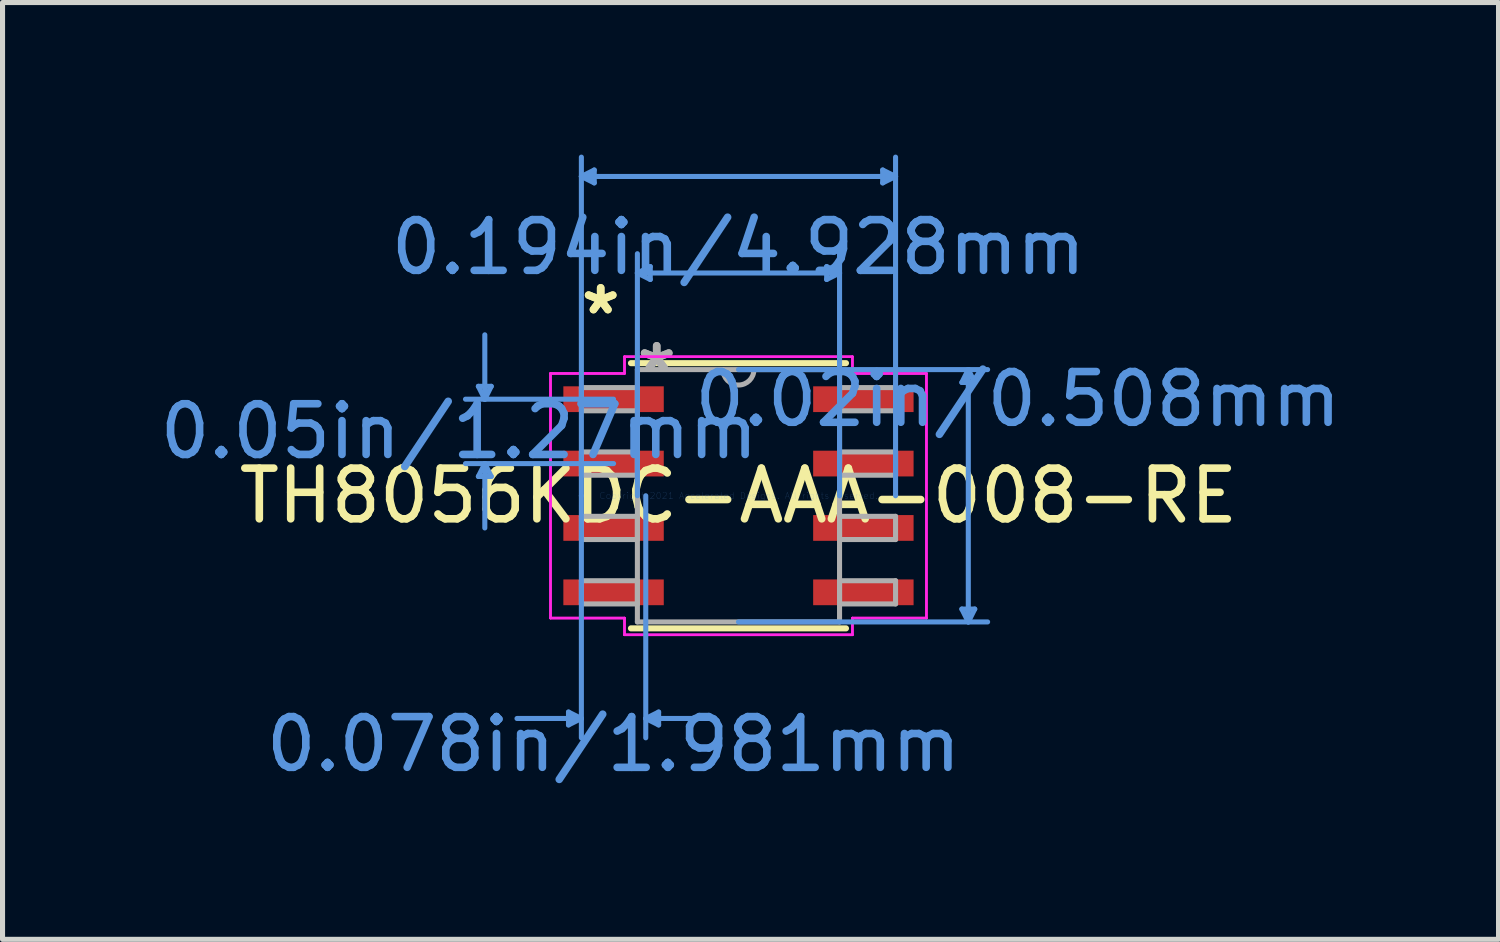
<source format=kicad_pcb>
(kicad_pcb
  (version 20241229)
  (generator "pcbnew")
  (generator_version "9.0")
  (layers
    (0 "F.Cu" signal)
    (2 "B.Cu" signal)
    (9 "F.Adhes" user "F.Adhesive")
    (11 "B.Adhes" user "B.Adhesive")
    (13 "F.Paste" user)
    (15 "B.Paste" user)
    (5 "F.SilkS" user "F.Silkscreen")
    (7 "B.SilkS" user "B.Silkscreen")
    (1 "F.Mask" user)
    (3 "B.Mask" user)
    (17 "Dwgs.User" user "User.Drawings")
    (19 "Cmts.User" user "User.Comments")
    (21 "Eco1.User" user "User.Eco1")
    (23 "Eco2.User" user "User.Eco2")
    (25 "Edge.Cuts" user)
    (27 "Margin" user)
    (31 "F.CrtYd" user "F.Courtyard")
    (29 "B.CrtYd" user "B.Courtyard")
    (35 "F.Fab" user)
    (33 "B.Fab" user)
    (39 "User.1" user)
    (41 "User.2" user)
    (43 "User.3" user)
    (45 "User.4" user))
  (footprint "TH8056KDC-AAA-008-RE"
    (layer "F.Cu")
    (at 11.518 6.73)
    (property "Reference" "TH8056KDC-AAA-008-RE" (at 0 0 0) (layer "F.SilkS") (effects (font (size 1 1) (thickness 0.15))))
    (attr through_hole)
    (fp_line (start -2.121 2.616) (end 2.121 2.616) (stroke (width 0.12) (type solid)) (layer "F.SilkS"))
    (fp_line (start 2.121 -2.616) (end -2.121 -2.616) (stroke (width 0.12) (type solid)) (layer "F.SilkS"))
    (fp_line (start -5.131 -2.159) (end -4.877 -2.159) (stroke (width 0.1) (type solid)) (layer "Cmts.User"))
    (fp_line (start -5.131 -0.381) (end -4.877 -0.381) (stroke (width 0.1) (type solid)) (layer "Cmts.User"))
    (fp_line (start -5.004 -1.905) (end -5.131 -2.159) (stroke (width 0.1) (type solid)) (layer "Cmts.User"))
    (fp_line (start -5.004 -1.905) (end -5.004 -3.175) (stroke (width 0.1) (type solid)) (layer "Cmts.User"))
    (fp_line (start -5.004 -1.905) (end -4.877 -2.159) (stroke (width 0.1) (type solid)) (layer "Cmts.User"))
    (fp_line (start -5.004 -0.635) (end -5.131 -0.381) (stroke (width 0.1) (type solid)) (layer "Cmts.User"))
    (fp_line (start -5.004 -0.635) (end -5.004 0.635) (stroke (width 0.1) (type solid)) (layer "Cmts.User"))
    (fp_line (start -5.004 -0.635) (end -4.877 -0.381) (stroke (width 0.1) (type solid)) (layer "Cmts.User"))
    (fp_line (start -3.353 4.267) (end -3.353 4.521) (stroke (width 0.1) (type solid)) (layer "Cmts.User"))
    (fp_line (start -3.099 -6.299) (end -2.845 -6.426) (stroke (width 0.1) (type solid)) (layer "Cmts.User"))
    (fp_line (start -3.099 -6.299) (end -2.845 -6.172) (stroke (width 0.1) (type solid)) (layer "Cmts.User"))
    (fp_line (start -3.099 -6.299) (end 3.099 -6.299) (stroke (width 0.1) (type solid)) (layer "Cmts.User"))
    (fp_line (start -3.099 0) (end -3.099 -6.68) (stroke (width 0.1) (type solid)) (layer "Cmts.User"))
    (fp_line (start -3.099 0) (end -3.099 4.775) (stroke (width 0.1) (type solid)) (layer "Cmts.User"))
    (fp_line (start -3.099 4.394) (end -4.369 4.394) (stroke (width 0.1) (type solid)) (layer "Cmts.User"))
    (fp_line (start -3.099 4.394) (end -3.353 4.267) (stroke (width 0.1) (type solid)) (layer "Cmts.User"))
    (fp_line (start -3.099 4.394) (end -3.353 4.521) (stroke (width 0.1) (type solid)) (layer "Cmts.User"))
    (fp_line (start -2.845 -6.426) (end -2.845 -6.172) (stroke (width 0.1) (type solid)) (layer "Cmts.User"))
    (fp_line (start -2.464 -1.905) (end -5.385 -1.905) (stroke (width 0.1) (type solid)) (layer "Cmts.User"))
    (fp_line (start -2.464 -0.635) (end -5.385 -0.635) (stroke (width 0.1) (type solid)) (layer "Cmts.User"))
    (fp_line (start -1.994 -4.394) (end -1.74 -4.521) (stroke (width 0.1) (type solid)) (layer "Cmts.User"))
    (fp_line (start -1.994 -4.394) (end -1.74 -4.267) (stroke (width 0.1) (type solid)) (layer "Cmts.User"))
    (fp_line (start -1.994 -4.394) (end 1.994 -4.394) (stroke (width 0.1) (type solid)) (layer "Cmts.User"))
    (fp_line (start -1.994 0) (end -1.994 -4.775) (stroke (width 0.1) (type solid)) (layer "Cmts.User"))
    (fp_line (start -1.829 0) (end -1.829 4.775) (stroke (width 0.1) (type solid)) (layer "Cmts.User"))
    (fp_line (start -1.829 4.394) (end -1.575 4.267) (stroke (width 0.1) (type solid)) (layer "Cmts.User"))
    (fp_line (start -1.829 4.394) (end -1.575 4.521) (stroke (width 0.1) (type solid)) (layer "Cmts.User"))
    (fp_line (start -1.829 4.394) (end -0.559 4.394) (stroke (width 0.1) (type solid)) (layer "Cmts.User"))
    (fp_line (start -1.74 -4.521) (end -1.74 -4.267) (stroke (width 0.1) (type solid)) (layer "Cmts.User"))
    (fp_line (start -1.575 4.267) (end -1.575 4.521) (stroke (width 0.1) (type solid)) (layer "Cmts.User"))
    (fp_line (start 0 -2.489) (end 4.915 -2.489) (stroke (width 0.1) (type solid)) (layer "Cmts.User"))
    (fp_line (start 0 2.489) (end 4.915 2.489) (stroke (width 0.1) (type solid)) (layer "Cmts.User"))
    (fp_line (start 1.74 -4.521) (end 1.74 -4.267) (stroke (width 0.1) (type solid)) (layer "Cmts.User"))
    (fp_line (start 1.994 -4.394) (end 1.74 -4.521) (stroke (width 0.1) (type solid)) (layer "Cmts.User"))
    (fp_line (start 1.994 -4.394) (end 1.74 -4.267) (stroke (width 0.1) (type solid)) (layer "Cmts.User"))
    (fp_line (start 1.994 0) (end 1.994 -4.775) (stroke (width 0.1) (type solid)) (layer "Cmts.User"))
    (fp_line (start 2.845 -6.426) (end 2.845 -6.172) (stroke (width 0.1) (type solid)) (layer "Cmts.User"))
    (fp_line (start 3.099 -6.299) (end 2.845 -6.426) (stroke (width 0.1) (type solid)) (layer "Cmts.User"))
    (fp_line (start 3.099 -6.299) (end 2.845 -6.172) (stroke (width 0.1) (type solid)) (layer "Cmts.User"))
    (fp_line (start 3.099 0) (end 3.099 -6.68) (stroke (width 0.1) (type solid)) (layer "Cmts.User"))
    (fp_line (start 4.407 -2.235) (end 4.661 -2.235) (stroke (width 0.1) (type solid)) (layer "Cmts.User"))
    (fp_line (start 4.407 2.235) (end 4.661 2.235) (stroke (width 0.1) (type solid)) (layer "Cmts.User"))
    (fp_line (start 4.534 -2.489) (end 4.407 -2.235) (stroke (width 0.1) (type solid)) (layer "Cmts.User"))
    (fp_line (start 4.534 -2.489) (end 4.534 2.489) (stroke (width 0.1) (type solid)) (layer "Cmts.User"))
    (fp_line (start 4.534 -2.489) (end 4.661 -2.235) (stroke (width 0.1) (type solid)) (layer "Cmts.User"))
    (fp_line (start 4.534 2.489) (end 4.407 2.235) (stroke (width 0.1) (type solid)) (layer "Cmts.User"))
    (fp_line (start 4.534 2.489) (end 4.661 2.235) (stroke (width 0.1) (type solid)) (layer "Cmts.User"))
    (fp_line (start -3.708 -2.413) (end -2.248 -2.413) (stroke (width 0.05) (type solid)) (layer "F.CrtYd"))
    (fp_line (start -3.708 -2.413) (end -2.248 -2.413) (stroke (width 0.05) (type solid)) (layer "F.CrtYd"))
    (fp_line (start -3.708 2.413) (end -3.708 -2.413) (stroke (width 0.05) (type solid)) (layer "F.CrtYd"))
    (fp_line (start -3.708 2.413) (end -3.708 -2.413) (stroke (width 0.05) (type solid)) (layer "F.CrtYd"))
    (fp_line (start -3.708 2.413) (end -2.248 2.413) (stroke (width 0.05) (type solid)) (layer "F.CrtYd"))
    (fp_line (start -2.248 -2.743) (end 2.248 -2.743) (stroke (width 0.05) (type solid)) (layer "F.CrtYd"))
    (fp_line (start -2.248 -2.743) (end 2.248 -2.743) (stroke (width 0.05) (type solid)) (layer "F.CrtYd"))
    (fp_line (start -2.248 -2.413) (end -2.248 -2.743) (stroke (width 0.05) (type solid)) (layer "F.CrtYd"))
    (fp_line (start -2.248 -2.413) (end -2.248 -2.743) (stroke (width 0.05) (type solid)) (layer "F.CrtYd"))
    (fp_line (start -2.248 2.413) (end -3.708 2.413) (stroke (width 0.05) (type solid)) (layer "F.CrtYd"))
    (fp_line (start -2.248 2.743) (end -2.248 2.413) (stroke (width 0.05) (type solid)) (layer "F.CrtYd"))
    (fp_line (start -2.248 2.743) (end -2.248 2.413) (stroke (width 0.05) (type solid)) (layer "F.CrtYd"))
    (fp_line (start 2.248 -2.743) (end 2.248 -2.413) (stroke (width 0.05) (type solid)) (layer "F.CrtYd"))
    (fp_line (start 2.248 -2.743) (end 2.248 -2.413) (stroke (width 0.05) (type solid)) (layer "F.CrtYd"))
    (fp_line (start 2.248 -2.413) (end 3.708 -2.413) (stroke (width 0.05) (type solid)) (layer "F.CrtYd"))
    (fp_line (start 2.248 2.413) (end 2.248 2.743) (stroke (width 0.05) (type solid)) (layer "F.CrtYd"))
    (fp_line (start 2.248 2.413) (end 2.248 2.743) (stroke (width 0.05) (type solid)) (layer "F.CrtYd"))
    (fp_line (start 2.248 2.743) (end -2.248 2.743) (stroke (width 0.05) (type solid)) (layer "F.CrtYd"))
    (fp_line (start 2.248 2.743) (end -2.248 2.743) (stroke (width 0.05) (type solid)) (layer "F.CrtYd"))
    (fp_line (start 3.708 -2.413) (end 2.248 -2.413) (stroke (width 0.05) (type solid)) (layer "F.CrtYd"))
    (fp_line (start 3.708 -2.413) (end 3.708 2.413) (stroke (width 0.05) (type solid)) (layer "F.CrtYd"))
    (fp_line (start 3.708 -2.413) (end 3.708 2.413) (stroke (width 0.05) (type solid)) (layer "F.CrtYd"))
    (fp_line (start 3.708 2.413) (end 2.248 2.413) (stroke (width 0.05) (type solid)) (layer "F.CrtYd"))
    (fp_line (start 3.708 2.413) (end 2.248 2.413) (stroke (width 0.05) (type solid)) (layer "F.CrtYd"))
    (fp_line (start -3.099 -2.134) (end -3.099 -1.676) (stroke (width 0.1) (type solid)) (layer "F.Fab"))
    (fp_line (start -3.099 -1.676) (end -1.994 -1.676) (stroke (width 0.1) (type solid)) (layer "F.Fab"))
    (fp_line (start -3.099 -0.864) (end -3.099 -0.406) (stroke (width 0.1) (type solid)) (layer "F.Fab"))
    (fp_line (start -3.099 -0.406) (end -1.994 -0.406) (stroke (width 0.1) (type solid)) (layer "F.Fab"))
    (fp_line (start -3.099 0.406) (end -3.099 0.864) (stroke (width 0.1) (type solid)) (layer "F.Fab"))
    (fp_line (start -3.099 0.864) (end -1.994 0.864) (stroke (width 0.1) (type solid)) (layer "F.Fab"))
    (fp_line (start -3.099 1.676) (end -3.099 2.134) (stroke (width 0.1) (type solid)) (layer "F.Fab"))
    (fp_line (start -3.099 2.134) (end -1.994 2.134) (stroke (width 0.1) (type solid)) (layer "F.Fab"))
    (fp_line (start -1.994 -2.489) (end -1.994 2.489) (stroke (width 0.1) (type solid)) (layer "F.Fab"))
    (fp_line (start -1.994 -2.134) (end -3.099 -2.134) (stroke (width 0.1) (type solid)) (layer "F.Fab"))
    (fp_line (start -1.994 -1.676) (end -1.994 -2.134) (stroke (width 0.1) (type solid)) (layer "F.Fab"))
    (fp_line (start -1.994 -0.864) (end -3.099 -0.864) (stroke (width 0.1) (type solid)) (layer "F.Fab"))
    (fp_line (start -1.994 -0.406) (end -1.994 -0.864) (stroke (width 0.1) (type solid)) (layer "F.Fab"))
    (fp_line (start -1.994 0.406) (end -3.099 0.406) (stroke (width 0.1) (type solid)) (layer "F.Fab"))
    (fp_line (start -1.994 0.864) (end -1.994 0.406) (stroke (width 0.1) (type solid)) (layer "F.Fab"))
    (fp_line (start -1.994 1.676) (end -3.099 1.676) (stroke (width 0.1) (type solid)) (layer "F.Fab"))
    (fp_line (start -1.994 2.134) (end -1.994 1.676) (stroke (width 0.1) (type solid)) (layer "F.Fab"))
    (fp_line (start -1.994 2.489) (end 1.994 2.489) (stroke (width 0.1) (type solid)) (layer "F.Fab"))
    (fp_line (start 1.994 -2.489) (end -1.994 -2.489) (stroke (width 0.1) (type solid)) (layer "F.Fab"))
    (fp_line (start 1.994 -2.134) (end 1.994 -1.676) (stroke (width 0.1) (type solid)) (layer "F.Fab"))
    (fp_line (start 1.994 -1.676) (end 3.099 -1.676) (stroke (width 0.1) (type solid)) (layer "F.Fab"))
    (fp_line (start 1.994 -0.864) (end 1.994 -0.406) (stroke (width 0.1) (type solid)) (layer "F.Fab"))
    (fp_line (start 1.994 -0.406) (end 3.099 -0.406) (stroke (width 0.1) (type solid)) (layer "F.Fab"))
    (fp_line (start 1.994 0.406) (end 1.994 0.864) (stroke (width 0.1) (type solid)) (layer "F.Fab"))
    (fp_line (start 1.994 0.864) (end 3.099 0.864) (stroke (width 0.1) (type solid)) (layer "F.Fab"))
    (fp_line (start 1.994 1.676) (end 1.994 2.134) (stroke (width 0.1) (type solid)) (layer "F.Fab"))
    (fp_line (start 1.994 2.134) (end 3.099 2.134) (stroke (width 0.1) (type solid)) (layer "F.Fab"))
    (fp_line (start 1.994 2.489) (end 1.994 -2.489) (stroke (width 0.1) (type solid)) (layer "F.Fab"))
    (fp_line (start 3.099 -2.134) (end 1.994 -2.134) (stroke (width 0.1) (type solid)) (layer "F.Fab"))
    (fp_line (start 3.099 -1.676) (end 3.099 -2.134) (stroke (width 0.1) (type solid)) (layer "F.Fab"))
    (fp_line (start 3.099 -0.864) (end 1.994 -0.864) (stroke (width 0.1) (type solid)) (layer "F.Fab"))
    (fp_line (start 3.099 -0.406) (end 3.099 -0.864) (stroke (width 0.1) (type solid)) (layer "F.Fab"))
    (fp_line (start 3.099 0.406) (end 1.994 0.406) (stroke (width 0.1) (type solid)) (layer "F.Fab"))
    (fp_line (start 3.099 0.864) (end 3.099 0.406) (stroke (width 0.1) (type solid)) (layer "F.Fab"))
    (fp_line (start 3.099 1.676) (end 1.994 1.676) (stroke (width 0.1) (type solid)) (layer "F.Fab"))
    (fp_line (start 3.099 2.134) (end 3.099 1.676) (stroke (width 0.1) (type solid)) (layer "F.Fab"))
    (fp_arc (start 0.3048 -2.4892) (mid 0 -2.1844) (end -0.3048 -2.4892) (stroke (width 0.1) (type solid)) (layer "F.Fab"))
    (fp_text user "*" (at -2.718 -3.556 0) (layer "F.SilkS") (effects (font (size 1 1) (thickness 0.15))))
    (fp_text user "*" (at -2.718 -3.556 0) (layer "F.SilkS") (effects (font (size 1 1) (thickness 0.15))))
    (fp_text user "0.02in/0.508mm" (at 5.512 -1.905 0) (layer "Cmts.User") (effects (font (size 1 1) (thickness 0.15))))
    (fp_text user "0.05in/1.27mm" (at -5.512 -1.27 0) (layer "Cmts.User") (effects (font (size 1 1) (thickness 0.15))))
    (fp_text user "0.194in/4.928mm" (at 0 -4.902 0) (layer "Cmts.User") (effects (font (size 1 1) (thickness 0.15))))
    (fp_text user "Copyright 2021 Accelerated Designs. All rights reserved." (at 0 0 0) (layer "Cmts.User") (effects (font (size 0.127 0.127) (thickness 0.002))))
    (fp_text user "0.078in/1.981mm" (at -2.464 4.902 0) (layer "Cmts.User") (effects (font (size 1 1) (thickness 0.15))))
    (fp_text user "*" (at -1.613 -2.413 0) (layer "F.Fab") (effects (font (size 1 1) (thickness 0.15))))
    (fp_text user "*" (at -1.613 -2.413 0) (layer "F.Fab") (effects (font (size 1 1) (thickness 0.15))))
    (pad "1" smd rect (at -2.464 -1.905) (size 1.981 0.508) (layers "F.Cu" "F.Mask" "F.Paste"))
    (pad "2" smd rect (at -2.464 -0.635) (size 1.981 0.508) (layers "F.Cu" "F.Mask" "F.Paste"))
    (pad "3" smd rect (at -2.464 0.635) (size 1.981 0.508) (layers "F.Cu" "F.Mask" "F.Paste"))
    (pad "4" smd rect (at -2.464 1.905) (size 1.981 0.508) (layers "F.Cu" "F.Mask" "F.Paste"))
    (pad "5" smd rect (at 2.464 1.905) (size 1.981 0.508) (layers "F.Cu" "F.Mask" "F.Paste"))
    (pad "6" smd rect (at 2.464 0.635) (size 1.981 0.508) (layers "F.Cu" "F.Mask" "F.Paste"))
    (pad "7" smd rect (at 2.464 -0.635) (size 1.981 0.508) (layers "F.Cu" "F.Mask" "F.Paste"))
    (pad "8" smd rect (at 2.464 -1.905) (size 1.981 0.508) (layers "F.Cu" "F.Mask" "F.Paste")))
  (gr_rect
    (start -3 -3)
    (end 26.512 15.481)
    (stroke (width 0.1) (type default))
    (fill no)
    (layer "Edge.Cuts")))
</source>
